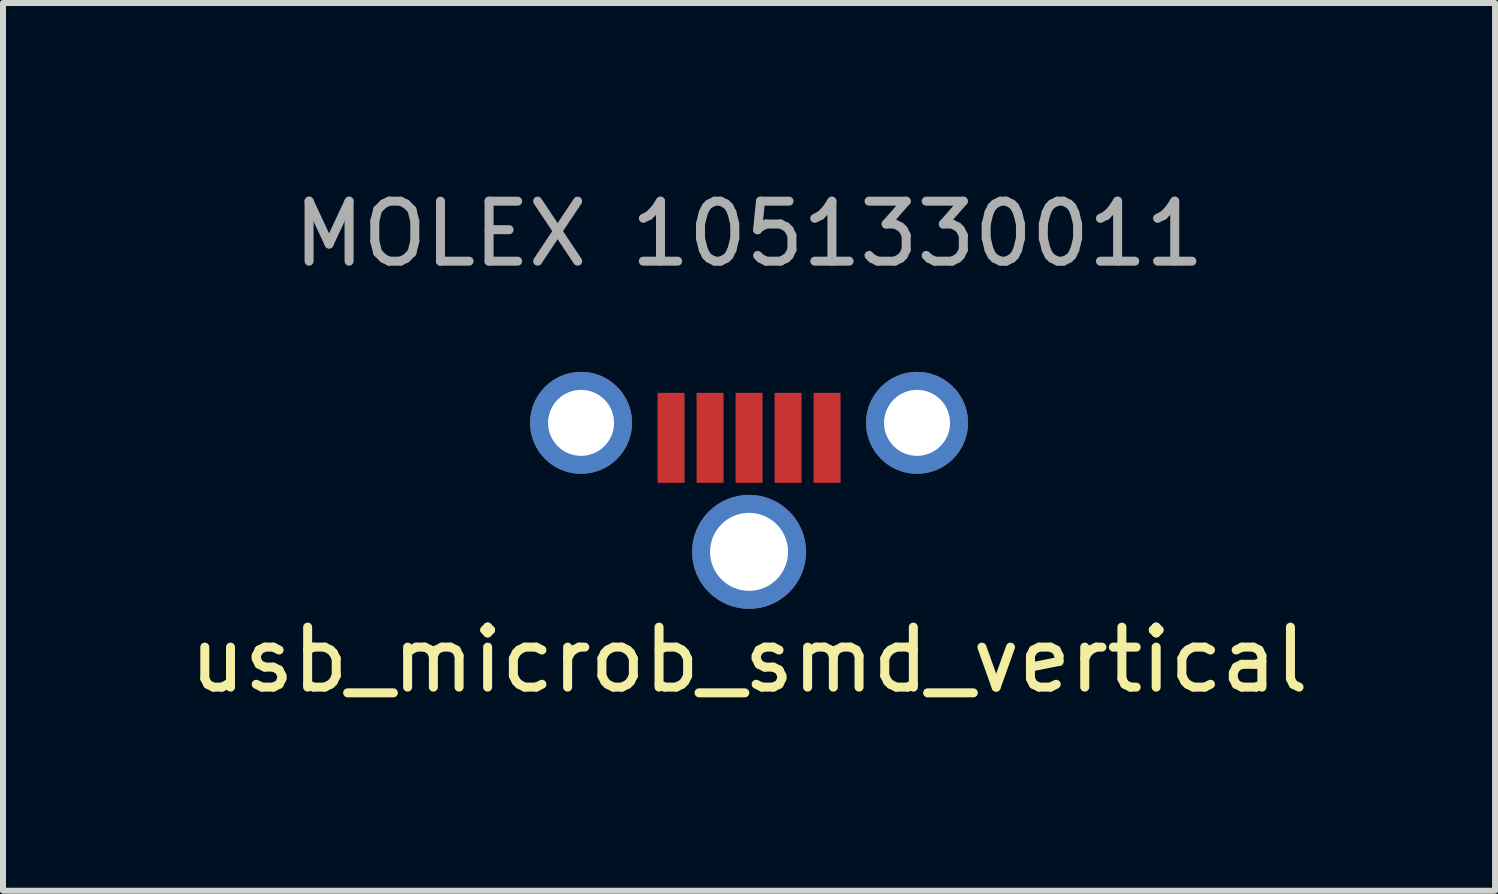
<source format=kicad_pcb>
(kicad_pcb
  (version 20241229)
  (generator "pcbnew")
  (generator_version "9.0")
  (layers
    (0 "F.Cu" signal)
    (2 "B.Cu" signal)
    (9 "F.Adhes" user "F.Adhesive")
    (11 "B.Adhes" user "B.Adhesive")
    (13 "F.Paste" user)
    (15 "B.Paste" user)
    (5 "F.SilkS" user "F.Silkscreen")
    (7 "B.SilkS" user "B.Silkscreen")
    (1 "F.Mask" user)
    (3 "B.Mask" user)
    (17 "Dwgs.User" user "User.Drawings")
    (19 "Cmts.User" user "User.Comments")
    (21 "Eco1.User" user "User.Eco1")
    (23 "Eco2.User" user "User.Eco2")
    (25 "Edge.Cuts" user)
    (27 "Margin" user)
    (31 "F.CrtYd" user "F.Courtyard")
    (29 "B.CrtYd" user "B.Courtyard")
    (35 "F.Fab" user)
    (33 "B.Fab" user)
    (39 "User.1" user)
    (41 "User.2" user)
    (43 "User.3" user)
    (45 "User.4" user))
  (footprint "usb_microb_smd_vertical"
    (layer "F.Cu")
    (at 9.435 4.248)
    (property "Reference" "usb_microb_smd_vertical" (at 0 3.7 0) (layer "F.SilkS") (effects (font (size 1 1) (thickness 0.15))))
    (attr through_hole)
    (fp_text user "MOLEX 1051330011" (at 0 -3.4 0) (layer "F.Fab") (effects (font (size 1 1) (thickness 0.15))))
    (pad "1" smd rect (at -1.3 0) (size 0.45 1.5) (layers "F.Cu" "F.Mask" "F.Paste"))
    (pad "2" smd rect (at -0.65 0) (size 0.45 1.5) (layers "F.Cu" "F.Mask" "F.Paste"))
    (pad "3" smd rect (at 0 0) (size 0.45 1.5) (layers "F.Cu" "F.Mask" "F.Paste"))
    (pad "4" smd rect (at 0.65 0) (size 0.45 1.5) (layers "F.Cu" "F.Mask" "F.Paste"))
    (pad "5" smd rect (at 1.3 0) (size 0.45 1.5) (layers "F.Cu" "F.Mask" "F.Paste"))
    (pad "6" thru_hole circle (at -2.8 -0.25) (size 1.7 1.7) (drill 1.1) (layers "*.Cu" "*.Mask"))
    (pad "6" thru_hole circle (at 0 1.9) (size 1.9 1.9) (drill 1.3) (layers "*.Cu" "*.Mask"))
    (pad "6" thru_hole circle (at 2.8 -0.25) (size 1.7 1.7) (drill 1.1) (layers "*.Cu" "*.Mask")))
  (gr_rect
    (start -3 -3)
    (end 21.869 11.796)
    (stroke (width 0.1) (type default))
    (fill no)
    (layer "Edge.Cuts")))
</source>
